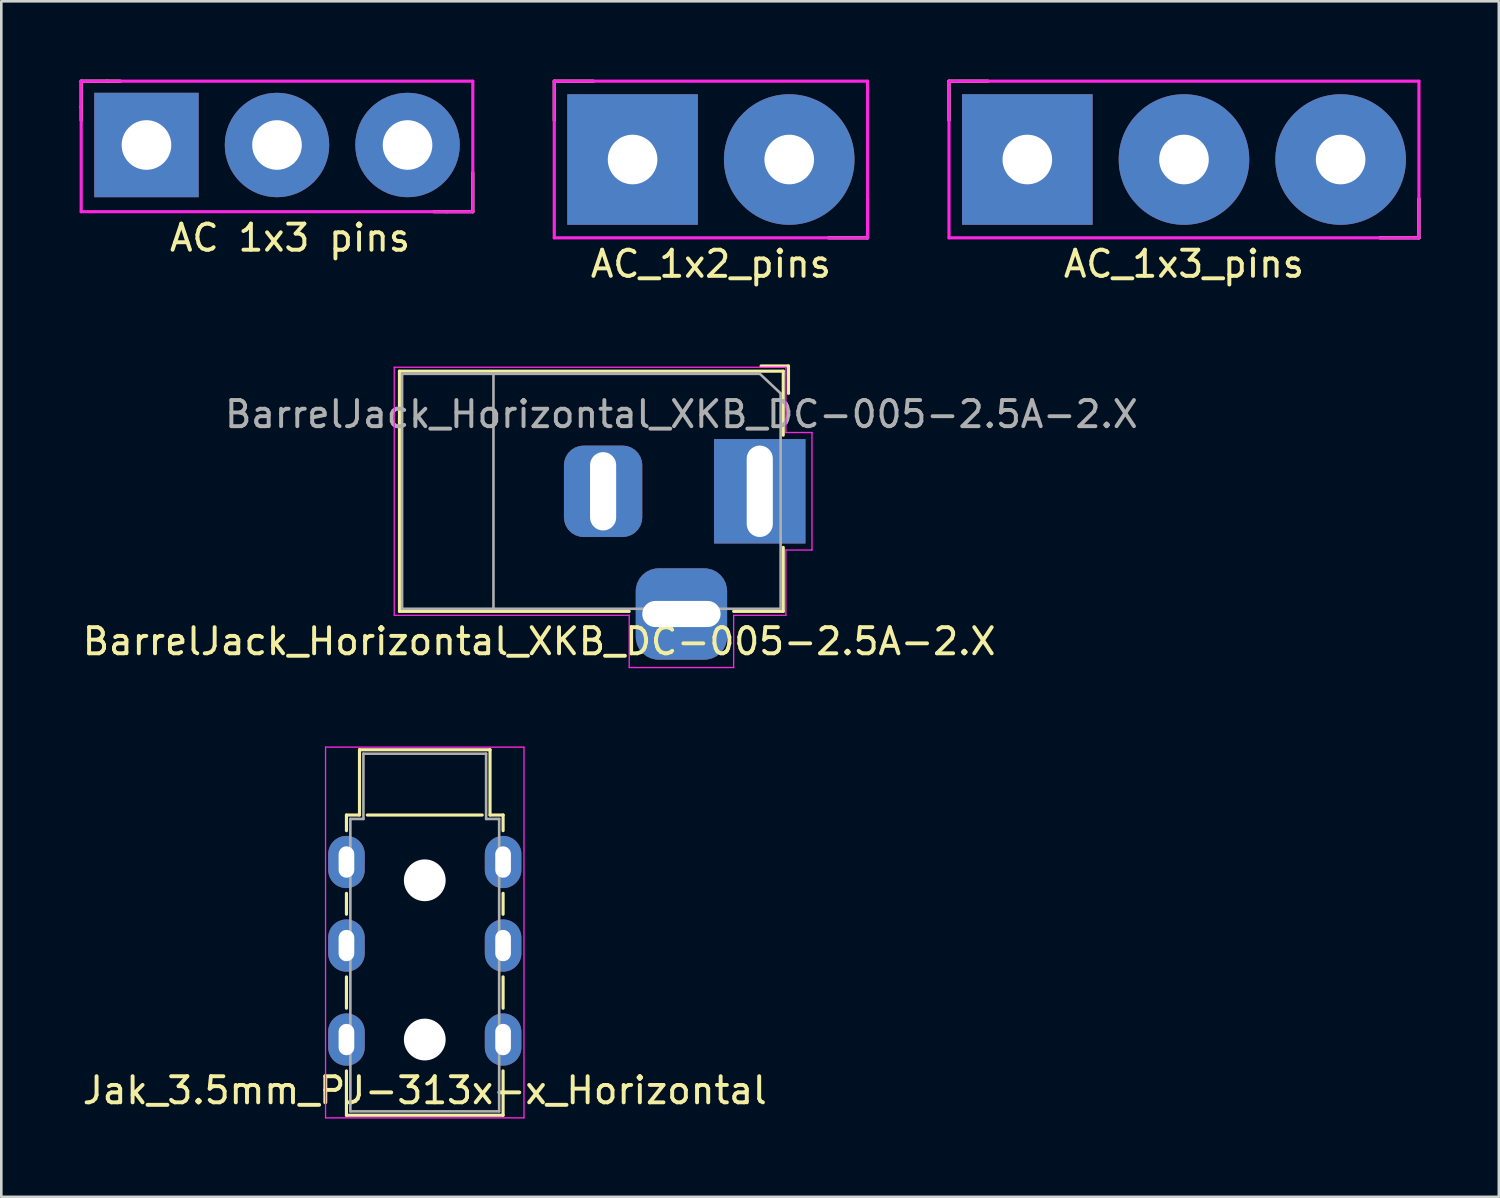
<source format=kicad_pcb>
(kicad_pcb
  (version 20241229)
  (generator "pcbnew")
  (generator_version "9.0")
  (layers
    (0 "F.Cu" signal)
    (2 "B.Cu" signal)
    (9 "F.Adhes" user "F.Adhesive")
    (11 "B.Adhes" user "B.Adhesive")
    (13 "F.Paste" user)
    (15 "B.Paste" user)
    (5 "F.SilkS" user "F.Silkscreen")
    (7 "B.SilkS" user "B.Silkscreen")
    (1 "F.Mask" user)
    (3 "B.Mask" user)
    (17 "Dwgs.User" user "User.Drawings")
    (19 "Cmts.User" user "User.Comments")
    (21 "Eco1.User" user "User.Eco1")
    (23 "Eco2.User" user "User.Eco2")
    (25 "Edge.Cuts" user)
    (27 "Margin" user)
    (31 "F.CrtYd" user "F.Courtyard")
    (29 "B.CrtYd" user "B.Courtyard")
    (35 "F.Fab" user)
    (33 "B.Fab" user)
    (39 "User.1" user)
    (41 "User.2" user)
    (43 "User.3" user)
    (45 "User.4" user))
  (footprint "AC_1x3_pins"
    (layer "F.Cu")
    (at 36.3 3.06)
    (property "Reference" "AC_1x3_pins" (at 6 4 0) (layer "F.SilkS") (effects (font (size 1 1) (thickness 0.15))))
    (attr through_hole)
    (fp_line (start -3 -3) (end -1.5 -3) (stroke (width 0.12) (type solid)) (layer "F.SilkS"))
    (fp_line (start -3 -1.5) (end -3 -3) (stroke (width 0.12) (type solid)) (layer "F.SilkS"))
    (fp_line (start 13.5 3) (end 15 3) (stroke (width 0.12) (type solid)) (layer "F.SilkS"))
    (fp_line (start 15 3) (end 15 1.5) (stroke (width 0.12) (type solid)) (layer "F.SilkS"))
    (fp_line (start -3 -3) (end 15 -3) (stroke (width 0.12) (type solid)) (layer "F.CrtYd"))
    (fp_line (start -3 3) (end -3 -3) (stroke (width 0.12) (type solid)) (layer "F.CrtYd"))
    (fp_line (start 15 -3) (end 15 3) (stroke (width 0.12) (type solid)) (layer "F.CrtYd"))
    (fp_line (start 15 3) (end -3 3) (stroke (width 0.12) (type solid)) (layer "F.CrtYd"))
    (pad "1" thru_hole rect (at 0 0) (size 5 5) (drill 1.9) (layers "*.Cu" "*.Mask"))
    (pad "2" thru_hole circle (at 6 0) (size 5 5) (drill 1.9) (layers "*.Cu" "*.Mask"))
    (pad "3" thru_hole circle (at 12 0) (size 5 5) (drill 1.9) (layers "*.Cu" "*.Mask")))
  (footprint "Jak_3.5mm_PJ-313x-x_Horizontal"
    (layer "F.Cu")
    (at 10.22 29.968)
    (property "Reference" "Jak_3.5mm_PJ-313x-x_Horizontal" (at 3 8.75 0) (layer "F.SilkS") (effects (font (size 1 1) (thickness 0.15))))
    (attr through_hole)
    (fp_line (start 0 -1.8) (end 0 -1.2) (stroke (width 0.12) (type solid)) (layer "F.SilkS"))
    (fp_line (start 0 -1.8) (end 0.5 -1.8) (stroke (width 0.12) (type solid)) (layer "F.SilkS"))
    (fp_line (start 0 1.2) (end 0 2) (stroke (width 0.12) (type solid)) (layer "F.SilkS"))
    (fp_line (start 0 4.4) (end 0 5.6) (stroke (width 0.12) (type solid)) (layer "F.SilkS"))
    (fp_line (start 0 8) (end 0 9.7) (stroke (width 0.12) (type solid)) (layer "F.SilkS"))
    (fp_line (start 0 9.7) (end 6 9.7) (stroke (width 0.12) (type solid)) (layer "F.SilkS"))
    (fp_line (start 0.5 -4.3) (end 0.5 -1.8) (stroke (width 0.12) (type solid)) (layer "F.SilkS"))
    (fp_line (start 0.5 -4.3) (end 5.5 -4.3) (stroke (width 0.12) (type solid)) (layer "F.SilkS"))
    (fp_line (start 0.8 -1.8) (end 5.2 -1.8) (stroke (width 0.12) (type solid)) (layer "F.SilkS"))
    (fp_line (start 5.5 -4.3) (end 5.5 -1.8) (stroke (width 0.12) (type solid)) (layer "F.SilkS"))
    (fp_line (start 5.5 -1.8) (end 6 -1.8) (stroke (width 0.12) (type solid)) (layer "F.SilkS"))
    (fp_line (start 6 -1.8) (end 6 -1.2) (stroke (width 0.12) (type solid)) (layer "F.SilkS"))
    (fp_line (start 6 1.2) (end 6 2) (stroke (width 0.12) (type solid)) (layer "F.SilkS"))
    (fp_line (start 6 4.4) (end 6 5.6) (stroke (width 0.12) (type solid)) (layer "F.SilkS"))
    (fp_line (start 6 8) (end 6 9.7) (stroke (width 0.12) (type solid)) (layer "F.SilkS"))
    (fp_line (start -0.8 -4.4) (end 6.8 -4.4) (stroke (width 0.05) (type solid)) (layer "F.CrtYd"))
    (fp_line (start -0.8 9.8) (end -0.8 -4.4) (stroke (width 0.05) (type solid)) (layer "F.CrtYd"))
    (fp_line (start 6.8 -4.4) (end 6.8 9.8) (stroke (width 0.05) (type solid)) (layer "F.CrtYd"))
    (fp_line (start 6.8 9.8) (end -0.8 9.8) (stroke (width 0.05) (type solid)) (layer "F.CrtYd"))
    (fp_line (start 0.15 -1.65) (end 0.15 9.55) (stroke (width 0.1) (type solid)) (layer "F.Fab"))
    (fp_line (start 0.15 -1.65) (end 0.65 -1.65) (stroke (width 0.1) (type solid)) (layer "F.Fab"))
    (fp_line (start 0.15 9.55) (end 5.85 9.55) (stroke (width 0.1) (type solid)) (layer "F.Fab"))
    (fp_line (start 0.65 -4.15) (end 0.65 -1.65) (stroke (width 0.1) (type solid)) (layer "F.Fab"))
    (fp_line (start 0.65 -4.15) (end 5.35 -4.15) (stroke (width 0.1) (type solid)) (layer "F.Fab"))
    (fp_line (start 5.35 -4.15) (end 5.35 -1.65) (stroke (width 0.1) (type solid)) (layer "F.Fab"))
    (fp_line (start 5.35 -1.65) (end 5.85 -1.65) (stroke (width 0.1) (type solid)) (layer "F.Fab"))
    (fp_line (start 5.85 -1.65) (end 5.85 9.55) (stroke (width 0.1) (type solid)) (layer "F.Fab"))
    (pad "" np_thru_hole circle (at 3 0.7 90) (size 1.6 1.6) (drill 1.6) (layers "*.Cu" "*.Mask"))
    (pad "" np_thru_hole circle (at 3 6.8 90) (size 1.6 1.6) (drill 1.6) (layers "*.Cu" "*.Mask"))
    (pad "R" thru_hole oval (at 0 3.2 90) (size 2 1.4) (drill oval 1.2 0.6) (layers "*.Cu" "*.Mask"))
    (pad "R" thru_hole oval (at 6 3.2 90) (size 2 1.4) (drill oval 1.2 0.6) (layers "*.Cu" "*.Mask"))
    (pad "S" thru_hole oval (at 0 0 90) (size 2 1.4) (drill oval 1.2 0.6) (layers "*.Cu" "*.Mask"))
    (pad "S" thru_hole oval (at 6 0 90) (size 2 1.4) (drill oval 1.2 0.6) (layers "*.Cu" "*.Mask"))
    (pad "T" thru_hole oval (at 0 6.8 90) (size 2 1.4) (drill oval 1.2 0.6) (layers "*.Cu" "*.Mask"))
    (pad "T" thru_hole oval (at 6 6.8 90) (size 2 1.4) (drill oval 1.2 0.6) (layers "*.Cu" "*.Mask")))
  (footprint "AC_1x2_pins"
    (layer "F.Cu")
    (at 21.18 3.06)
    (property "Reference" "AC_1x2_pins" (at 3 4 0) (layer "F.SilkS") (effects (font (size 1 1) (thickness 0.15))))
    (attr through_hole)
    (fp_line (start -3 -3) (end -1.5 -3) (stroke (width 0.12) (type solid)) (layer "F.SilkS"))
    (fp_line (start -3 -1.5) (end -3 -3) (stroke (width 0.12) (type solid)) (layer "F.SilkS"))
    (fp_line (start 7.5 3) (end 9 3) (stroke (width 0.12) (type solid)) (layer "F.SilkS"))
    (fp_line (start 9 3) (end 9 1.5) (stroke (width 0.12) (type solid)) (layer "F.SilkS"))
    (fp_line (start -3 -3) (end 9 -3) (stroke (width 0.12) (type solid)) (layer "F.CrtYd"))
    (fp_line (start -3 3) (end -3 -3) (stroke (width 0.12) (type solid)) (layer "F.CrtYd"))
    (fp_line (start 9 -3) (end 9 3) (stroke (width 0.12) (type solid)) (layer "F.CrtYd"))
    (fp_line (start 9 3) (end -3 3) (stroke (width 0.12) (type solid)) (layer "F.CrtYd"))
    (pad "1" thru_hole rect (at 0 0) (size 5 5) (drill 1.9) (layers "*.Cu" "*.Mask"))
    (pad "2" thru_hole circle (at 6 0) (size 5 5) (drill 1.9) (layers "*.Cu" "*.Mask")))
  (footprint "BarrelJack_Horizontal_XKB_DC-005-2.5A-2.X"
    (layer "F.Cu")
    (at 26.051 15.768)
    (property "Reference" "BarrelJack_Horizontal_XKB_DC-005-2.5A-2.X" (at -8.45 5.75 0) (layer "F.SilkS") (effects (font (size 1 1) (thickness 0.15))))
    (attr through_hole)
    (fp_line (start -13.8 -4.6) (end 0.9 -4.6) (stroke (width 0.12) (type solid)) (layer "F.SilkS"))
    (fp_line (start -13.8 4.6) (end -13.8 -4.6) (stroke (width 0.12) (type solid)) (layer "F.SilkS"))
    (fp_line (start -5 4.6) (end -13.8 4.6) (stroke (width 0.12) (type solid)) (layer "F.SilkS"))
    (fp_line (start 0.05 -4.8) (end 1.1 -4.8) (stroke (width 0.12) (type solid)) (layer "F.SilkS"))
    (fp_line (start 0.9 -4.6) (end 0.9 -2.15) (stroke (width 0.12) (type solid)) (layer "F.SilkS"))
    (fp_line (start 0.9 2.15) (end 0.9 4.6) (stroke (width 0.12) (type solid)) (layer "F.SilkS"))
    (fp_line (start 0.9 4.6) (end -1 4.6) (stroke (width 0.12) (type solid)) (layer "F.SilkS"))
    (fp_line (start 1.1 -3.75) (end 1.1 -4.8) (stroke (width 0.12) (type solid)) (layer "F.SilkS"))
    (fp_line (start -14 4.75) (end -14 -4.75) (stroke (width 0.05) (type solid)) (layer "F.CrtYd"))
    (fp_line (start -5 4.75) (end -14 4.75) (stroke (width 0.05) (type solid)) (layer "F.CrtYd"))
    (fp_line (start -5 6.75) (end -5 4.75) (stroke (width 0.05) (type solid)) (layer "F.CrtYd"))
    (fp_line (start -1 4.75) (end -1 6.75) (stroke (width 0.05) (type solid)) (layer "F.CrtYd"))
    (fp_line (start -1 6.75) (end -5 6.75) (stroke (width 0.05) (type solid)) (layer "F.CrtYd"))
    (fp_line (start 1 -4.75) (end -14 -4.75) (stroke (width 0.05) (type solid)) (layer "F.CrtYd"))
    (fp_line (start 1 -4.5) (end 1 -4.75) (stroke (width 0.05) (type solid)) (layer "F.CrtYd"))
    (fp_line (start 1 -4.5) (end 1 -2.25) (stroke (width 0.05) (type solid)) (layer "F.CrtYd"))
    (fp_line (start 1 -2.25) (end 2 -2.25) (stroke (width 0.05) (type solid)) (layer "F.CrtYd"))
    (fp_line (start 1 2.25) (end 1 4.75) (stroke (width 0.05) (type solid)) (layer "F.CrtYd"))
    (fp_line (start 1 4.75) (end -1 4.75) (stroke (width 0.05) (type solid)) (layer "F.CrtYd"))
    (fp_line (start 2 -2.25) (end 2 2.25) (stroke (width 0.05) (type solid)) (layer "F.CrtYd"))
    (fp_line (start 2 2.25) (end 1 2.25) (stroke (width 0.05) (type solid)) (layer "F.CrtYd"))
    (fp_line (start -13.7 -4.5) (end -13.7 4.5) (stroke (width 0.1) (type solid)) (layer "F.Fab"))
    (fp_line (start -13.7 4.5) (end 0.8 4.5) (stroke (width 0.1) (type solid)) (layer "F.Fab"))
    (fp_line (start -10.2 -4.5) (end -10.2 4.5) (stroke (width 0.1) (type solid)) (layer "F.Fab"))
    (fp_line (start -0.003 -4.505) (end 0.8 -3.75) (stroke (width 0.1) (type solid)) (layer "F.Fab"))
    (fp_line (start 0 -4.5) (end -13.7 -4.5) (stroke (width 0.1) (type solid)) (layer "F.Fab"))
    (fp_line (start 0.8 4.5) (end 0.8 -3.75) (stroke (width 0.1) (type solid)) (layer "F.Fab"))
    (fp_text user "${REFERENCE}" (at -3 -2.95 0) (layer "F.Fab") (effects (font (size 1 1) (thickness 0.15))))
    (pad "1" thru_hole rect (at 0 0) (size 3.5 4) (drill oval 1 3.5) (layers "*.Cu" "*.Mask"))
    (pad "2" thru_hole roundrect (at -6 0) (size 3 3.5) (drill oval 1 3) (layers "*.Cu" "*.Mask") (roundrect_rratio 0.25))
    (pad "3" thru_hole roundrect (at -3 4.7) (size 3.5 3.5) (drill oval 3 1) (layers "*.Cu" "*.Mask") (roundrect_rratio 0.25)))
  (footprint "AC 1x3 pins"
    (layer "F.Cu")
    (at 7.56 6.06)
    (property "Reference" "AC 1x3 pins" (at 0.5 0 0) (layer "F.SilkS") (effects (font (size 1 1) (thickness 0.15))))
    (attr through_hole)
    (fp_line (start -7.5 -6) (end -6.5 -6) (stroke (width 0.12) (type solid)) (layer "F.SilkS"))
    (fp_line (start -7.5 -5) (end -7.5 -6) (stroke (width 0.12) (type solid)) (layer "F.SilkS"))
    (fp_line (start -7.5 -5) (end -7.5 -4.5) (stroke (width 0.12) (type solid)) (layer "F.SilkS"))
    (fp_line (start -6.5 -6) (end -6 -6) (stroke (width 0.12) (type solid)) (layer "F.SilkS"))
    (fp_line (start 6.5 -1) (end 6 -1) (stroke (width 0.12) (type solid)) (layer "F.SilkS"))
    (fp_line (start 6.5 -1) (end 7.5 -1) (stroke (width 0.12) (type solid)) (layer "F.SilkS"))
    (fp_line (start 7.5 -1) (end 7.5 -2.5) (stroke (width 0.12) (type solid)) (layer "F.SilkS"))
    (fp_line (start -7.5 -6) (end 7.5 -6) (stroke (width 0.12) (type solid)) (layer "F.CrtYd"))
    (fp_line (start -7.5 -1) (end -7.5 -6) (stroke (width 0.12) (type solid)) (layer "F.CrtYd"))
    (fp_line (start 7.5 -6) (end 7.5 -1) (stroke (width 0.12) (type solid)) (layer "F.CrtYd"))
    (fp_line (start 7.5 -1) (end -7.5 -1) (stroke (width 0.12) (type solid)) (layer "F.CrtYd"))
    (pad "1" thru_hole rect (at -5 -3.556) (size 4 4) (drill 1.9) (layers "*.Cu" "*.Mask"))
    (pad "2" thru_hole circle (at 0 -3.556) (size 4 4) (drill 1.9) (layers "*.Cu" "*.Mask"))
    (pad "3" thru_hole circle (at 5 -3.556) (size 4 4) (drill 1.9) (layers "*.Cu" "*.Mask")))
  (gr_rect
    (start -3 -3)
    (end 54.36 42.793)
    (stroke (width 0.1) (type default))
    (fill no)
    (layer "Edge.Cuts")))
</source>
